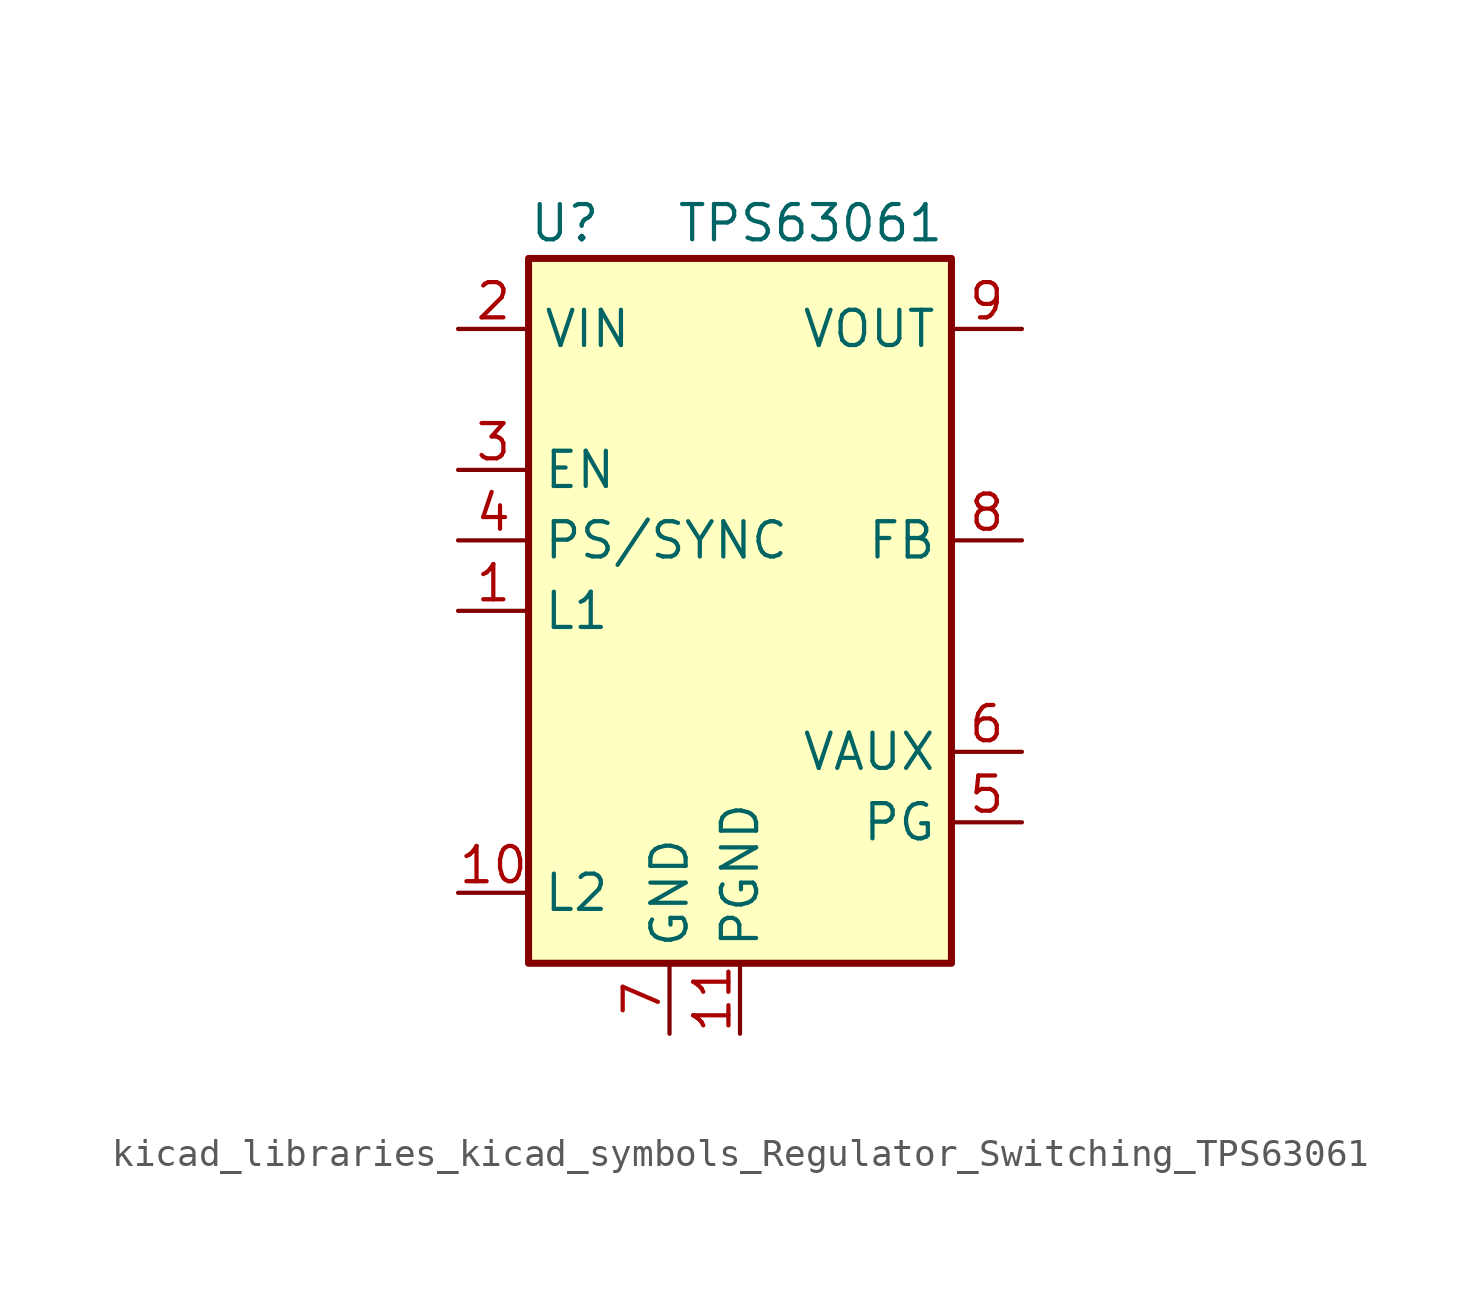
<source format=kicad_sym>
(kicad_symbol_lib
  (version 20220914)
  (generator kicad_symbol_editor)
  (symbol "kicad_libraries_kicad_symbols_Regulator_Switching_TPS63061"
    (property "Reference" "U"
      (at -7.62 13.97 0)
      (effects (font (size 1.27 1.27)) (justify left)))
    (property "Value" "TPS63061"
      (at 2.54 13.97 0)
      (effects (font (size 1.27 1.27))))
    (symbol "kicad_libraries_kicad_symbols_Regulator_Switching_TPS63061_0_1"
      (rectangle (start -7.62 12.7) (end 7.62 -12.7) (stroke (width 0.254) (type default)) (fill (type background))))
    (symbol "kicad_libraries_kicad_symbols_Regulator_Switching_TPS63061_1_1"
      (pin input line (at -10.16 0 0) (length 2.54) (name "L1" (effects (font (size 1.27 1.27)))) (number "1" (effects (font (size 1.27 1.27)))))
      (pin input line (at -10.16 -10.16 0) (length 2.54) (name "L2" (effects (font (size 1.27 1.27)))) (number "10" (effects (font (size 1.27 1.27)))))
      (pin power_in line (at 0 -15.24 90) (length 2.54) (name "PGND" (effects (font (size 1.27 1.27)))) (number "11" (effects (font (size 1.27 1.27)))))
      (pin power_in line (at -10.16 10.16 0) (length 2.54) (name "VIN" (effects (font (size 1.27 1.27)))) (number "2" (effects (font (size 1.27 1.27)))))
      (pin input line (at -10.16 5.08 0) (length 2.54) (name "EN" (effects (font (size 1.27 1.27)))) (number "3" (effects (font (size 1.27 1.27)))))
      (pin input line (at -10.16 2.54 0) (length 2.54) (name "PS/SYNC" (effects (font (size 1.27 1.27)))) (number "4" (effects (font (size 1.27 1.27)))))
      (pin output line (at 10.16 -7.62 180) (length 2.54) (name "PG" (effects (font (size 1.27 1.27)))) (number "5" (effects (font (size 1.27 1.27)))))
      (pin passive line (at 10.16 -5.08 180) (length 2.54) (name "VAUX" (effects (font (size 1.27 1.27)))) (number "6" (effects (font (size 1.27 1.27)))))
      (pin power_in line (at -2.54 -15.24 90) (length 2.54) (name "GND" (effects (font (size 1.27 1.27)))) (number "7" (effects (font (size 1.27 1.27)))))
      (pin input line (at 10.16 2.54 180) (length 2.54) (name "FB" (effects (font (size 1.27 1.27)))) (number "8" (effects (font (size 1.27 1.27)))))
      (pin power_out line (at 10.16 10.16 180) (length 2.54) (name "VOUT" (effects (font (size 1.27 1.27)))) (number "9" (effects (font (size 1.27 1.27))))))))
</source>
